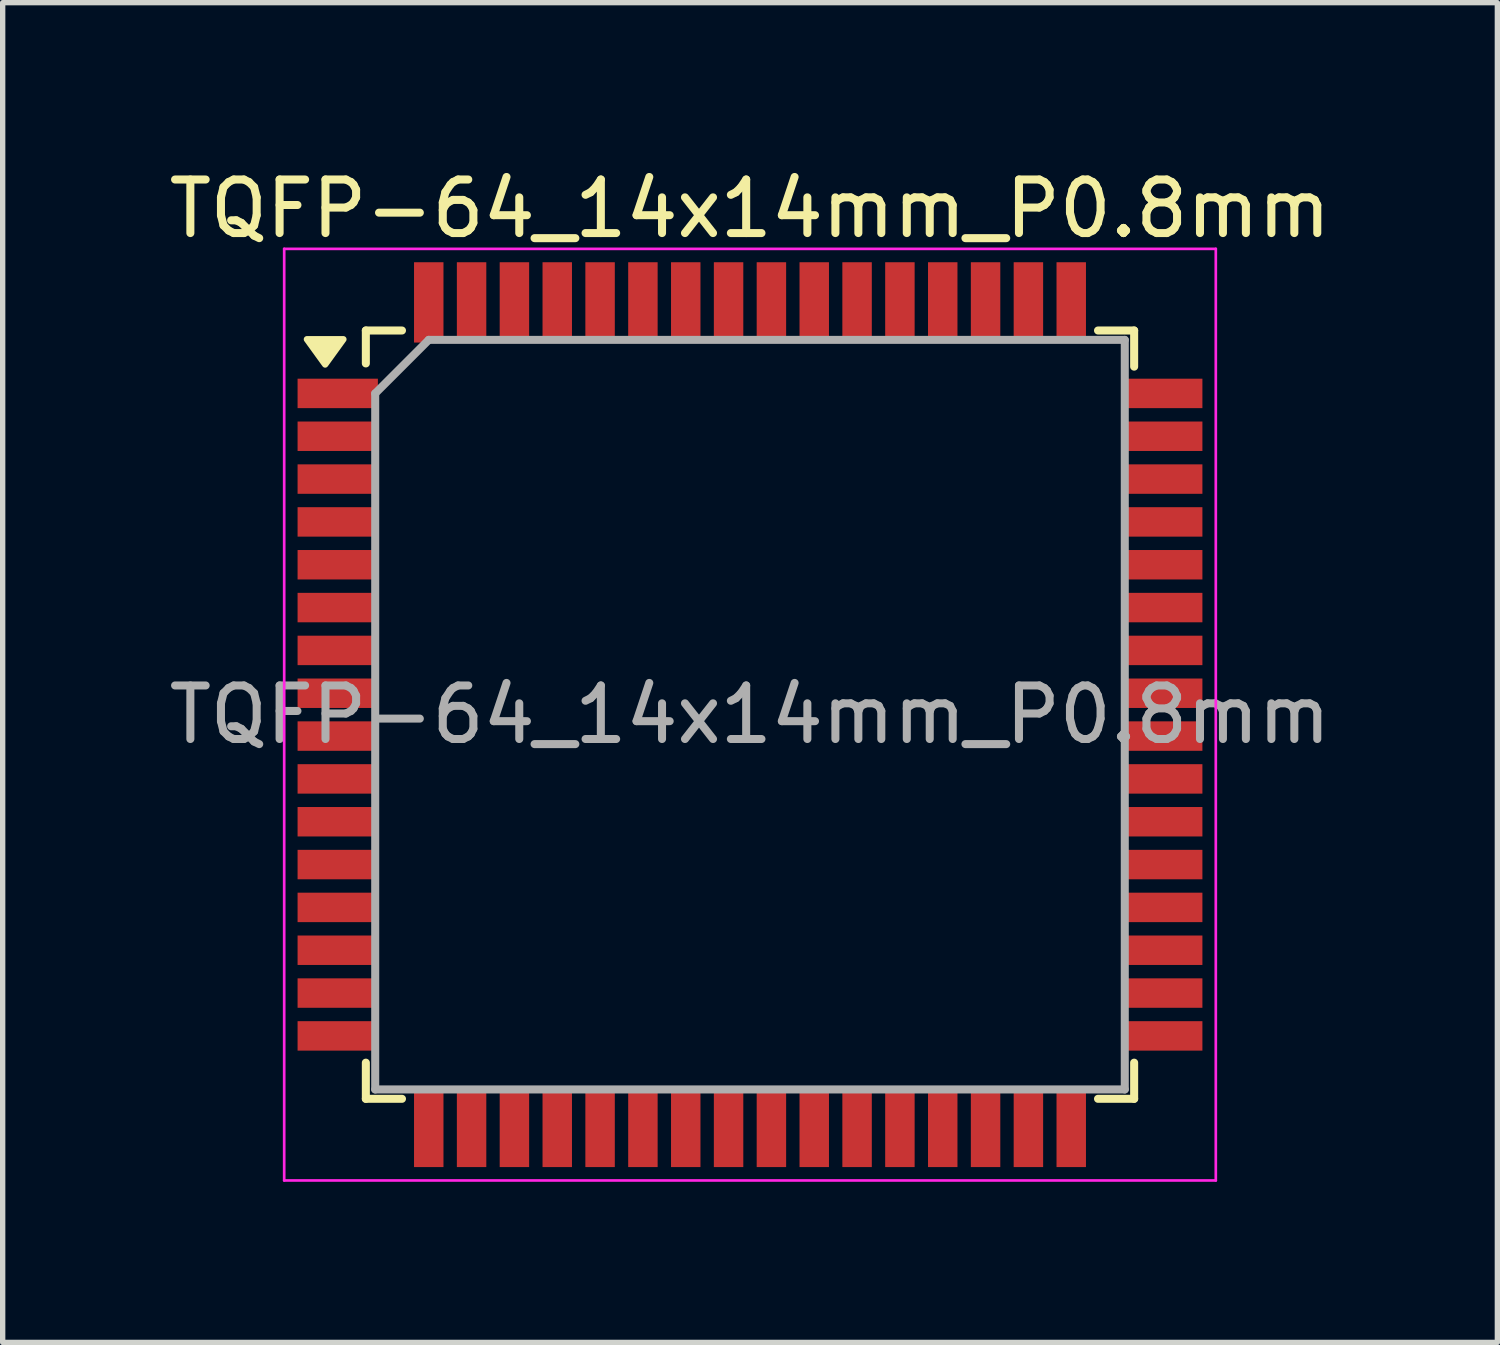
<source format=kicad_pcb>
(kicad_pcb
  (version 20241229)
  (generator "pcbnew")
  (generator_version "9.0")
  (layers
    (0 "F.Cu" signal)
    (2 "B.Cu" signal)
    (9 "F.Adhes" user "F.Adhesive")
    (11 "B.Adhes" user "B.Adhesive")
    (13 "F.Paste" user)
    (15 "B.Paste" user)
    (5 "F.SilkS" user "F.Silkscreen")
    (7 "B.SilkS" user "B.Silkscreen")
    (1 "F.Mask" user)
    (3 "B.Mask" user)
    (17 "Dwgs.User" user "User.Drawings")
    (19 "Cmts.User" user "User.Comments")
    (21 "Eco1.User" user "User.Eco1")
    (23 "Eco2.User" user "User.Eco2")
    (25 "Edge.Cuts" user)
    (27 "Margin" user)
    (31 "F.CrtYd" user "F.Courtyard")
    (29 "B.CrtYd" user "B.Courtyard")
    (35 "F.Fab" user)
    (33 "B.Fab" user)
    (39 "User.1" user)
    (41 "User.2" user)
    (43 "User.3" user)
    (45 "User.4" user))
  (footprint "TQFP-64_14x14mm_P0.8mm"
    (layer "F.Cu")
    (at 10.958 10.298)
    (property "Reference" "TQFP-64_14x14mm_P0.8mm" (at 0 -9.45 0) (layer "F.SilkS") (effects (font (size 1 1) (thickness 0.15))))
    (attr smd)
    (fp_line (start -7.175 -7.175) (end -7.175 -6.56) (stroke (width 0.15) (type solid)) (layer "F.SilkS"))
    (fp_line (start -7.175 -7.175) (end -6.5 -7.175) (stroke (width 0.15) (type solid)) (layer "F.SilkS"))
    (fp_line (start -7.175 7.175) (end -7.175 6.5) (stroke (width 0.15) (type solid)) (layer "F.SilkS"))
    (fp_line (start -7.175 7.175) (end -6.5 7.175) (stroke (width 0.15) (type solid)) (layer "F.SilkS"))
    (fp_line (start 7.175 -7.175) (end 6.5 -7.175) (stroke (width 0.15) (type solid)) (layer "F.SilkS"))
    (fp_line (start 7.175 -7.175) (end 7.175 -6.5) (stroke (width 0.15) (type solid)) (layer "F.SilkS"))
    (fp_line (start 7.175 7.175) (end 6.5 7.175) (stroke (width 0.15) (type solid)) (layer "F.SilkS"))
    (fp_line (start 7.175 7.175) (end 7.175 6.5) (stroke (width 0.15) (type solid)) (layer "F.SilkS"))
    (fp_poly (pts (xy -7.935 -6.541) (xy -8.275 -7.011) (xy -7.595 -7.011) (xy -7.935 -6.541)) (stroke (width 0.12) (type solid)) (fill yes) (layer "F.SilkS"))
    (fp_line (start -8.7 -8.7) (end -8.7 8.7) (stroke (width 0.05) (type solid)) (layer "F.CrtYd"))
    (fp_line (start -8.7 -8.7) (end 8.7 -8.7) (stroke (width 0.05) (type solid)) (layer "F.CrtYd"))
    (fp_line (start -8.7 8.7) (end 8.7 8.7) (stroke (width 0.05) (type solid)) (layer "F.CrtYd"))
    (fp_line (start 8.7 -8.7) (end 8.7 8.7) (stroke (width 0.05) (type solid)) (layer "F.CrtYd"))
    (fp_line (start -7 -6) (end -6 -7) (stroke (width 0.15) (type solid)) (layer "F.Fab"))
    (fp_line (start -7 7) (end -7 -6) (stroke (width 0.15) (type solid)) (layer "F.Fab"))
    (fp_line (start -6 -7) (end 7 -7) (stroke (width 0.15) (type solid)) (layer "F.Fab"))
    (fp_line (start 7 -7) (end 7 7) (stroke (width 0.15) (type solid)) (layer "F.Fab"))
    (fp_line (start 7 7) (end -7 7) (stroke (width 0.15) (type solid)) (layer "F.Fab"))
    (fp_text user "${REFERENCE}" (at 0 0 0) (layer "F.Fab") (effects (font (size 1 1) (thickness 0.15))))
    (pad "1" smd rect (at -7.7 -6) (size 1.5 0.55) (layers "F.Cu" "F.Mask" "F.Paste"))
    (pad "2" smd rect (at -7.7 -5.2) (size 1.5 0.55) (layers "F.Cu" "F.Mask" "F.Paste"))
    (pad "3" smd rect (at -7.7 -4.4) (size 1.5 0.55) (layers "F.Cu" "F.Mask" "F.Paste"))
    (pad "4" smd rect (at -7.7 -3.6) (size 1.5 0.55) (layers "F.Cu" "F.Mask" "F.Paste"))
    (pad "5" smd rect (at -7.7 -2.8) (size 1.5 0.55) (layers "F.Cu" "F.Mask" "F.Paste"))
    (pad "6" smd rect (at -7.7 -2) (size 1.5 0.55) (layers "F.Cu" "F.Mask" "F.Paste"))
    (pad "7" smd rect (at -7.7 -1.2) (size 1.5 0.55) (layers "F.Cu" "F.Mask" "F.Paste"))
    (pad "8" smd rect (at -7.7 -0.4) (size 1.5 0.55) (layers "F.Cu" "F.Mask" "F.Paste"))
    (pad "9" smd rect (at -7.7 0.4) (size 1.5 0.55) (layers "F.Cu" "F.Mask" "F.Paste"))
    (pad "10" smd rect (at -7.7 1.2) (size 1.5 0.55) (layers "F.Cu" "F.Mask" "F.Paste"))
    (pad "11" smd rect (at -7.7 2) (size 1.5 0.55) (layers "F.Cu" "F.Mask" "F.Paste"))
    (pad "12" smd rect (at -7.7 2.8) (size 1.5 0.55) (layers "F.Cu" "F.Mask" "F.Paste"))
    (pad "13" smd rect (at -7.7 3.6) (size 1.5 0.55) (layers "F.Cu" "F.Mask" "F.Paste"))
    (pad "14" smd rect (at -7.7 4.4) (size 1.5 0.55) (layers "F.Cu" "F.Mask" "F.Paste"))
    (pad "15" smd rect (at -7.7 5.2) (size 1.5 0.55) (layers "F.Cu" "F.Mask" "F.Paste"))
    (pad "16" smd rect (at -7.7 6) (size 1.5 0.55) (layers "F.Cu" "F.Mask" "F.Paste"))
    (pad "17" smd rect (at -6 7.7 90) (size 1.5 0.55) (layers "F.Cu" "F.Mask" "F.Paste"))
    (pad "18" smd rect (at -5.2 7.7 90) (size 1.5 0.55) (layers "F.Cu" "F.Mask" "F.Paste"))
    (pad "19" smd rect (at -4.4 7.7 90) (size 1.5 0.55) (layers "F.Cu" "F.Mask" "F.Paste"))
    (pad "20" smd rect (at -3.6 7.7 90) (size 1.5 0.55) (layers "F.Cu" "F.Mask" "F.Paste"))
    (pad "21" smd rect (at -2.8 7.7 90) (size 1.5 0.55) (layers "F.Cu" "F.Mask" "F.Paste"))
    (pad "22" smd rect (at -2 7.7 90) (size 1.5 0.55) (layers "F.Cu" "F.Mask" "F.Paste"))
    (pad "23" smd rect (at -1.2 7.7 90) (size 1.5 0.55) (layers "F.Cu" "F.Mask" "F.Paste"))
    (pad "24" smd rect (at -0.4 7.7 90) (size 1.5 0.55) (layers "F.Cu" "F.Mask" "F.Paste"))
    (pad "25" smd rect (at 0.4 7.7 90) (size 1.5 0.55) (layers "F.Cu" "F.Mask" "F.Paste"))
    (pad "26" smd rect (at 1.2 7.7 90) (size 1.5 0.55) (layers "F.Cu" "F.Mask" "F.Paste"))
    (pad "27" smd rect (at 2 7.7 90) (size 1.5 0.55) (layers "F.Cu" "F.Mask" "F.Paste"))
    (pad "28" smd rect (at 2.8 7.7 90) (size 1.5 0.55) (layers "F.Cu" "F.Mask" "F.Paste"))
    (pad "29" smd rect (at 3.6 7.7 90) (size 1.5 0.55) (layers "F.Cu" "F.Mask" "F.Paste"))
    (pad "30" smd rect (at 4.4 7.7 90) (size 1.5 0.55) (layers "F.Cu" "F.Mask" "F.Paste"))
    (pad "31" smd rect (at 5.2 7.7 90) (size 1.5 0.55) (layers "F.Cu" "F.Mask" "F.Paste"))
    (pad "32" smd rect (at 6 7.7 90) (size 1.5 0.55) (layers "F.Cu" "F.Mask" "F.Paste"))
    (pad "33" smd rect (at 7.7 6) (size 1.5 0.55) (layers "F.Cu" "F.Mask" "F.Paste"))
    (pad "34" smd rect (at 7.7 5.2) (size 1.5 0.55) (layers "F.Cu" "F.Mask" "F.Paste"))
    (pad "35" smd rect (at 7.7 4.4) (size 1.5 0.55) (layers "F.Cu" "F.Mask" "F.Paste"))
    (pad "36" smd rect (at 7.7 3.6) (size 1.5 0.55) (layers "F.Cu" "F.Mask" "F.Paste"))
    (pad "37" smd rect (at 7.7 2.8) (size 1.5 0.55) (layers "F.Cu" "F.Mask" "F.Paste"))
    (pad "38" smd rect (at 7.7 2) (size 1.5 0.55) (layers "F.Cu" "F.Mask" "F.Paste"))
    (pad "39" smd rect (at 7.7 1.2) (size 1.5 0.55) (layers "F.Cu" "F.Mask" "F.Paste"))
    (pad "40" smd rect (at 7.7 0.4) (size 1.5 0.55) (layers "F.Cu" "F.Mask" "F.Paste"))
    (pad "41" smd rect (at 7.7 -0.4) (size 1.5 0.55) (layers "F.Cu" "F.Mask" "F.Paste"))
    (pad "42" smd rect (at 7.7 -1.2) (size 1.5 0.55) (layers "F.Cu" "F.Mask" "F.Paste"))
    (pad "43" smd rect (at 7.7 -2) (size 1.5 0.55) (layers "F.Cu" "F.Mask" "F.Paste"))
    (pad "44" smd rect (at 7.7 -2.8) (size 1.5 0.55) (layers "F.Cu" "F.Mask" "F.Paste"))
    (pad "45" smd rect (at 7.7 -3.6) (size 1.5 0.55) (layers "F.Cu" "F.Mask" "F.Paste"))
    (pad "46" smd rect (at 7.7 -4.4) (size 1.5 0.55) (layers "F.Cu" "F.Mask" "F.Paste"))
    (pad "47" smd rect (at 7.7 -5.2) (size 1.5 0.55) (layers "F.Cu" "F.Mask" "F.Paste"))
    (pad "48" smd rect (at 7.7 -6) (size 1.5 0.55) (layers "F.Cu" "F.Mask" "F.Paste"))
    (pad "49" smd rect (at 6 -7.7 90) (size 1.5 0.55) (layers "F.Cu" "F.Mask" "F.Paste"))
    (pad "50" smd rect (at 5.2 -7.7 90) (size 1.5 0.55) (layers "F.Cu" "F.Mask" "F.Paste"))
    (pad "51" smd rect (at 4.4 -7.7 90) (size 1.5 0.55) (layers "F.Cu" "F.Mask" "F.Paste"))
    (pad "52" smd rect (at 3.6 -7.7 90) (size 1.5 0.55) (layers "F.Cu" "F.Mask" "F.Paste"))
    (pad "53" smd rect (at 2.8 -7.7 90) (size 1.5 0.55) (layers "F.Cu" "F.Mask" "F.Paste"))
    (pad "54" smd rect (at 2 -7.7 90) (size 1.5 0.55) (layers "F.Cu" "F.Mask" "F.Paste"))
    (pad "55" smd rect (at 1.2 -7.7 90) (size 1.5 0.55) (layers "F.Cu" "F.Mask" "F.Paste"))
    (pad "56" smd rect (at 0.4 -7.7 90) (size 1.5 0.55) (layers "F.Cu" "F.Mask" "F.Paste"))
    (pad "57" smd rect (at -0.4 -7.7 90) (size 1.5 0.55) (layers "F.Cu" "F.Mask" "F.Paste"))
    (pad "58" smd rect (at -1.2 -7.7 90) (size 1.5 0.55) (layers "F.Cu" "F.Mask" "F.Paste"))
    (pad "59" smd rect (at -2 -7.7 90) (size 1.5 0.55) (layers "F.Cu" "F.Mask" "F.Paste"))
    (pad "60" smd rect (at -2.8 -7.7 90) (size 1.5 0.55) (layers "F.Cu" "F.Mask" "F.Paste"))
    (pad "61" smd rect (at -3.6 -7.7 90) (size 1.5 0.55) (layers "F.Cu" "F.Mask" "F.Paste"))
    (pad "62" smd rect (at -4.4 -7.7 90) (size 1.5 0.55) (layers "F.Cu" "F.Mask" "F.Paste"))
    (pad "63" smd rect (at -5.2 -7.7 90) (size 1.5 0.55) (layers "F.Cu" "F.Mask" "F.Paste"))
    (pad "64" smd rect (at -6 -7.7 90) (size 1.5 0.55) (layers "F.Cu" "F.Mask" "F.Paste")))
  (gr_rect
    (start -3 -3)
    (end 24.917 22.023)
    (stroke (width 0.1) (type default))
    (fill no)
    (layer "Edge.Cuts")))
</source>
